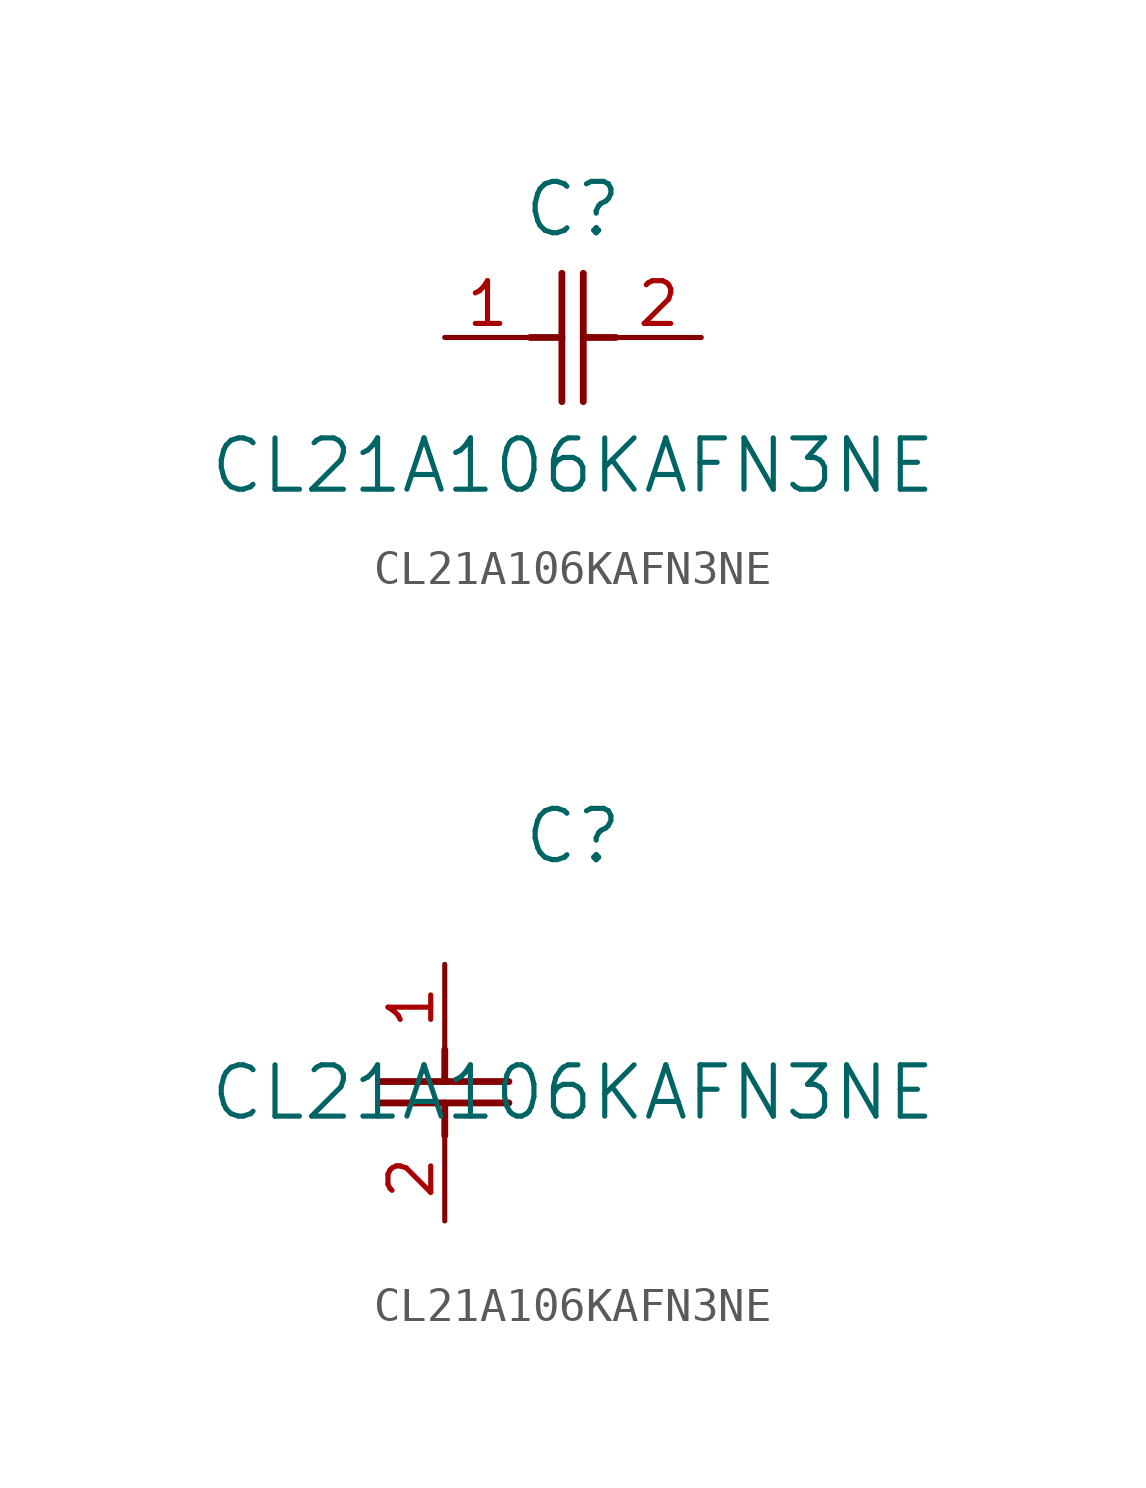
<source format=kicad_sym>
(kicad_symbol_lib
  (version 20211014)
  (generator kicad_symbol_editor)
  (symbol "CL21A106KAFN3NE"
    (pin_names
      (offset 0.254))
    (property "Reference" "C"
      (at 3.81 3.81 0)
      (effects (font (size 1.524 1.524))))
    (property "Value" "CL21A106KAFN3NE"
      (at 3.81 -3.81 0)
      (effects (font (size 1.524 1.524))))
    (symbol "CL21A106KAFN3NE_1_1"
      (polyline (pts (xy 3.48 -1.905) (xy 3.48 1.905)) (stroke (width 0.203) (type default) (color 0 0 0 0)) (fill (type none)))
      (polyline (pts (xy 4.115 -1.905) (xy 4.115 1.905)) (stroke (width 0.203) (type default) (color 0 0 0 0)) (fill (type none)))
      (polyline (pts (xy 4.115 0) (xy 5.08 0)) (stroke (width 0.203) (type default) (color 0 0 0 0)) (fill (type none)))
      (polyline (pts (xy 2.54 0) (xy 3.48 0)) (stroke (width 0.203) (type default) (color 0 0 0 0)) (fill (type none)))
      (pin unspecified line (at 0 0 0) (length 2.54) (name "" (effects (font (size 1.27 1.27)))) (number "1" (effects (font (size 1.27 1.27)))))
      (pin unspecified line (at 7.62 0 180) (length 2.54) (name "" (effects (font (size 1.27 1.27)))) (number "2" (effects (font (size 1.27 1.27))))))
    (symbol "CL21A106KAFN3NE_1_2"
      (polyline (pts (xy -1.905 -3.48) (xy 1.905 -3.48)) (stroke (width 0.203) (type default) (color 0 0 0 0)) (fill (type none)))
      (polyline (pts (xy -1.905 -4.115) (xy 1.905 -4.115)) (stroke (width 0.203) (type default) (color 0 0 0 0)) (fill (type none)))
      (polyline (pts (xy 0 -4.115) (xy 0 -5.08)) (stroke (width 0.203) (type default) (color 0 0 0 0)) (fill (type none)))
      (polyline (pts (xy 0 -2.54) (xy 0 -3.48)) (stroke (width 0.203) (type default) (color 0 0 0 0)) (fill (type none)))
      (pin unspecified line (at 0 0 270) (length 2.54) (name "" (effects (font (size 1.27 1.27)))) (number "1" (effects (font (size 1.27 1.27)))))
      (pin unspecified line (at 0 -7.62 90) (length 2.54) (name "" (effects (font (size 1.27 1.27)))) (number "2" (effects (font (size 1.27 1.27))))))))
</source>
